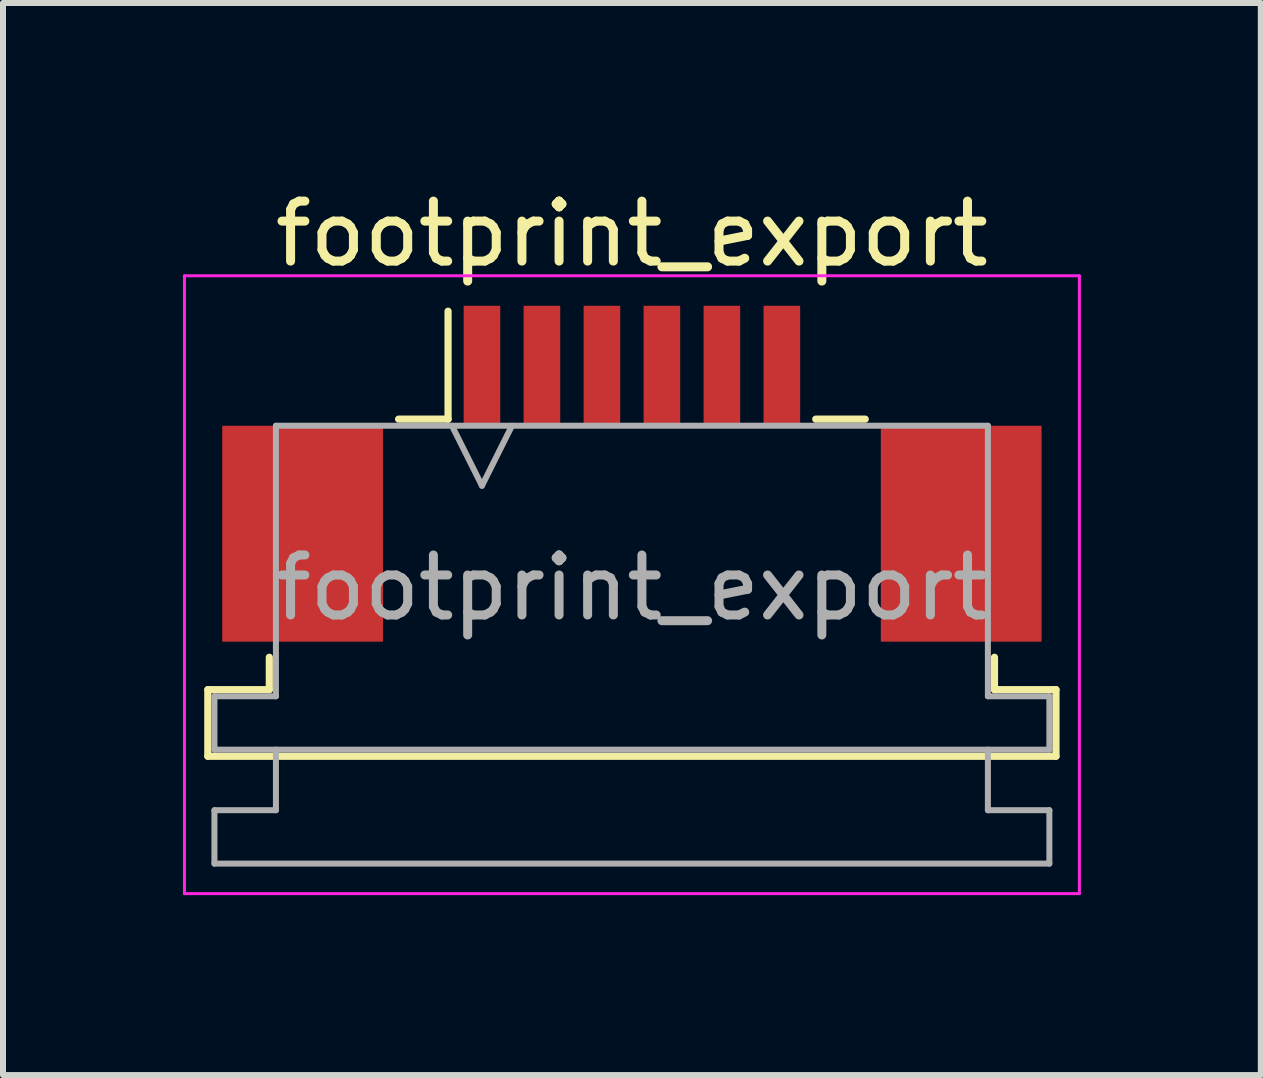
<source format=kicad_pcb>
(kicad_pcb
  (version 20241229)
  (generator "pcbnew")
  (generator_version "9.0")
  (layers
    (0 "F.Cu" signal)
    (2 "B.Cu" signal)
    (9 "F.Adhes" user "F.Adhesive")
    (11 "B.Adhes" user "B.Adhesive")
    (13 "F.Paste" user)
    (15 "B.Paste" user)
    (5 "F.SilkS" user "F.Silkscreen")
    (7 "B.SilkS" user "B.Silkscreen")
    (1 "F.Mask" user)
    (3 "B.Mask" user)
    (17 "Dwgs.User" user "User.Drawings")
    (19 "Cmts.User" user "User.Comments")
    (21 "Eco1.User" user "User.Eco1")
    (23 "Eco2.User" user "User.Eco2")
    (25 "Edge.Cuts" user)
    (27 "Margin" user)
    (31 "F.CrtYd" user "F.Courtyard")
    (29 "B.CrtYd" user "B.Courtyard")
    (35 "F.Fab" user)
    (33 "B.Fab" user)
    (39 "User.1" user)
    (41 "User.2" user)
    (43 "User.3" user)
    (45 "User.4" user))
  (footprint "footprint_export"
    (layer "F.Cu")
    (at 7.485 4.848)
    (property "Reference" "footprint_export" (at 0 -4 0) (layer "F.SilkS") (effects (font (size 1 1) (thickness 0.15))))
    (attr smd)
    (fp_line (start -7.07 3.6) (end -6.045 3.6) (stroke (width 0.12) (type solid)) (layer "F.SilkS"))
    (fp_line (start -7.07 4.71) (end -7.07 3.6) (stroke (width 0.12) (type solid)) (layer "F.SilkS"))
    (fp_line (start -6.045 3.6) (end -6.045 3.06) (stroke (width 0.12) (type solid)) (layer "F.SilkS"))
    (fp_line (start -3.89 -0.91) (end -3.065 -0.91) (stroke (width 0.12) (type solid)) (layer "F.SilkS"))
    (fp_line (start -3.065 -0.91) (end -3.065 -2.71) (stroke (width 0.12) (type solid)) (layer "F.SilkS"))
    (fp_line (start 3.065 -0.91) (end 3.89 -0.91) (stroke (width 0.12) (type solid)) (layer "F.SilkS"))
    (fp_line (start 6.045 3.06) (end 6.045 3.6) (stroke (width 0.12) (type solid)) (layer "F.SilkS"))
    (fp_line (start 6.045 3.6) (end 7.07 3.6) (stroke (width 0.12) (type solid)) (layer "F.SilkS"))
    (fp_line (start 7.07 3.6) (end 7.07 4.71) (stroke (width 0.12) (type solid)) (layer "F.SilkS"))
    (fp_line (start 7.07 4.71) (end -7.07 4.71) (stroke (width 0.12) (type solid)) (layer "F.SilkS"))
    (fp_line (start -7.46 -3.3) (end -7.46 7) (stroke (width 0.05) (type solid)) (layer "F.CrtYd"))
    (fp_line (start -7.46 7) (end 7.46 7) (stroke (width 0.05) (type solid)) (layer "F.CrtYd"))
    (fp_line (start 7.46 -3.3) (end -7.46 -3.3) (stroke (width 0.05) (type solid)) (layer "F.CrtYd"))
    (fp_line (start 7.46 7) (end 7.46 -3.3) (stroke (width 0.05) (type solid)) (layer "F.CrtYd"))
    (fp_line (start -6.96 3.71) (end -5.935 3.71) (stroke (width 0.1) (type solid)) (layer "F.Fab"))
    (fp_line (start -6.96 4.6) (end -6.96 3.71) (stroke (width 0.1) (type solid)) (layer "F.Fab"))
    (fp_line (start -6.96 5.61) (end -5.935 5.61) (stroke (width 0.1) (type solid)) (layer "F.Fab"))
    (fp_line (start -6.96 6.5) (end -6.96 5.61) (stroke (width 0.1) (type solid)) (layer "F.Fab"))
    (fp_line (start -5.935 -0.8) (end 5.935 -0.8) (stroke (width 0.1) (type solid)) (layer "F.Fab"))
    (fp_line (start -5.935 3.71) (end -5.935 -0.8) (stroke (width 0.1) (type solid)) (layer "F.Fab"))
    (fp_line (start -5.935 5.61) (end -5.935 4.6) (stroke (width 0.1) (type solid)) (layer "F.Fab"))
    (fp_line (start -3 -0.8) (end -2.5 0.2) (stroke (width 0.1) (type solid)) (layer "F.Fab"))
    (fp_line (start -2.5 0.2) (end -2 -0.8) (stroke (width 0.1) (type solid)) (layer "F.Fab"))
    (fp_line (start 5.935 -0.8) (end 5.935 3.71) (stroke (width 0.1) (type solid)) (layer "F.Fab"))
    (fp_line (start 5.935 3.71) (end 6.96 3.71) (stroke (width 0.1) (type solid)) (layer "F.Fab"))
    (fp_line (start 5.935 4.6) (end 5.935 5.61) (stroke (width 0.1) (type solid)) (layer "F.Fab"))
    (fp_line (start 5.935 5.61) (end 6.96 5.61) (stroke (width 0.1) (type solid)) (layer "F.Fab"))
    (fp_line (start 6.96 3.71) (end 6.96 4.6) (stroke (width 0.1) (type solid)) (layer "F.Fab"))
    (fp_line (start 6.96 4.6) (end -6.96 4.6) (stroke (width 0.1) (type solid)) (layer "F.Fab"))
    (fp_line (start 6.96 5.61) (end 6.96 6.5) (stroke (width 0.1) (type solid)) (layer "F.Fab"))
    (fp_line (start 6.96 6.5) (end -6.96 6.5) (stroke (width 0.1) (type solid)) (layer "F.Fab"))
    (fp_text user "${REFERENCE}" (at 0 1.9 0) (layer "F.Fab") (effects (font (size 1 1) (thickness 0.15))))
    (pad "1" smd rect (at -2.5 -1.8) (size 0.61 2) (layers "F.Cu" "F.Mask" "F.Paste"))
    (pad "2" smd rect (at -1.5 -1.8) (size 0.61 2) (layers "F.Cu" "F.Mask" "F.Paste"))
    (pad "3" smd rect (at -0.5 -1.8) (size 0.61 2) (layers "F.Cu" "F.Mask" "F.Paste"))
    (pad "4" smd rect (at 0.5 -1.8) (size 0.61 2) (layers "F.Cu" "F.Mask" "F.Paste"))
    (pad "5" smd rect (at 1.5 -1.8) (size 0.61 2) (layers "F.Cu" "F.Mask" "F.Paste"))
    (pad "6" smd rect (at 2.5 -1.8) (size 0.61 2) (layers "F.Cu" "F.Mask" "F.Paste"))
    (pad "MP" smd rect (at -5.49 1) (size 2.68 3.6) (layers "F.Cu" "F.Mask" "F.Paste"))
    (pad "MP" smd rect (at 5.49 1) (size 2.68 3.6) (layers "F.Cu" "F.Mask" "F.Paste")))
  (gr_rect
    (start -3 -3)
    (end 17.97 14.873)
    (stroke (width 0.1) (type default))
    (fill no)
    (layer "Edge.Cuts")))
</source>
